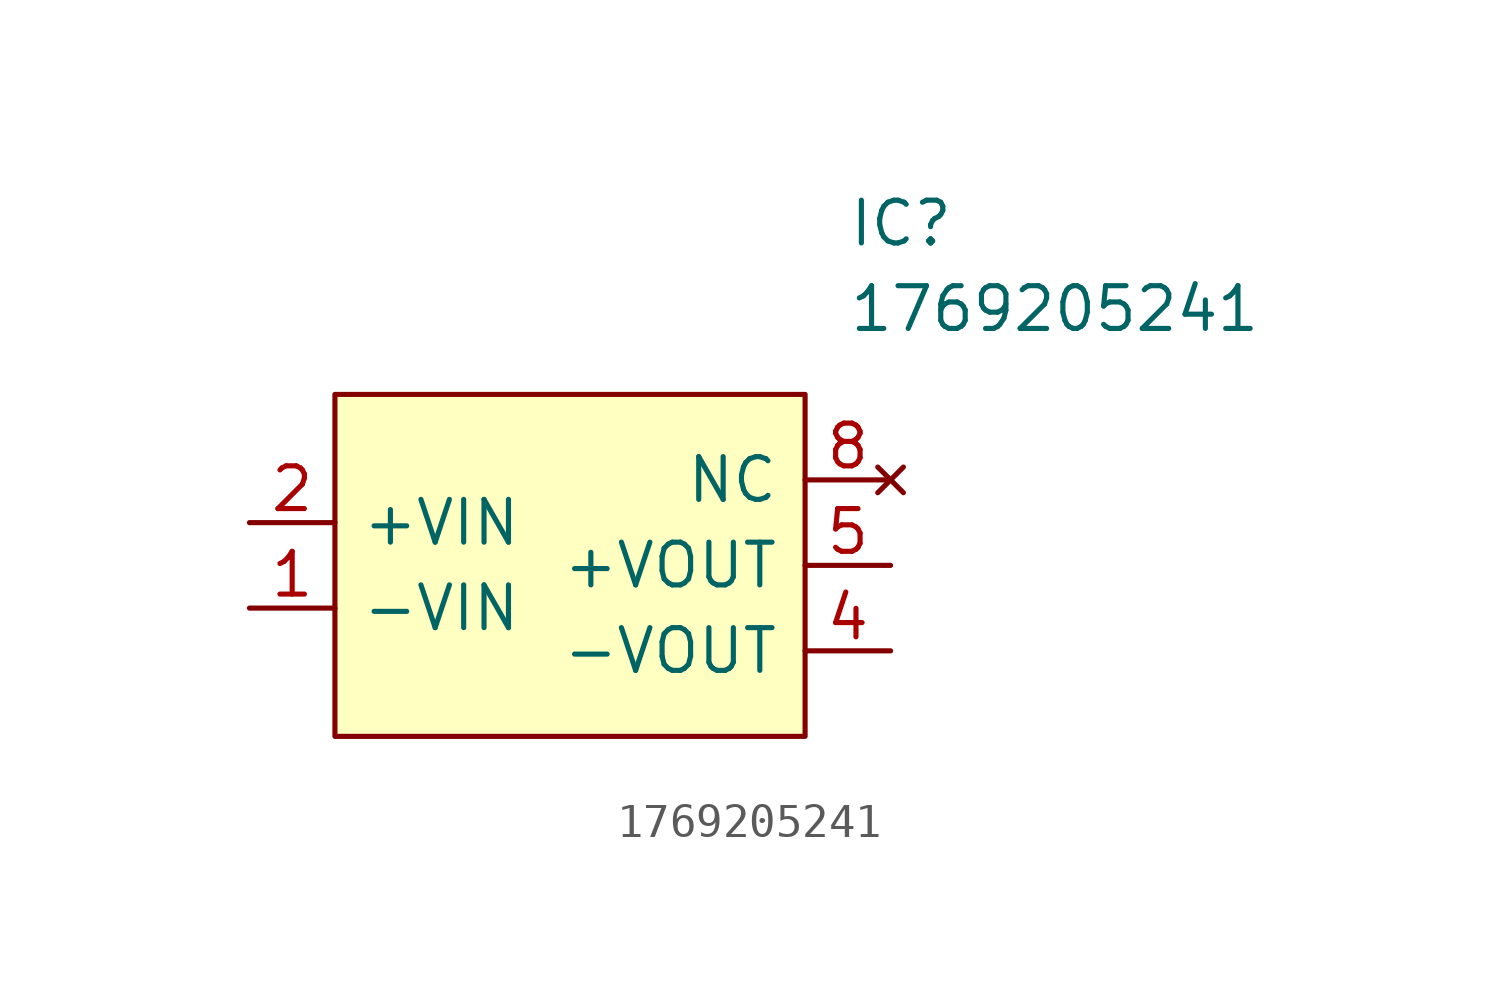
<source format=kicad_sym>
(kicad_symbol_lib
  (version 20241209)
  (generator "kicad_symbol_editor")
  (generator_version "9.0")
  (symbol "1769205241"
    (pin_names
      (offset 0.762))
    (property "Reference" "IC"
      (at 26.67 7.62 0)
      (effects (font (size 1.27 1.27)) (justify left)))
    (property "Value" "1769205241"
      (at 26.67 5.08 0)
      (effects (font (size 1.27 1.27)) (justify left)))
    (symbol "1769205241_0_0"
      (pin passive line (at 8.89 -1.27 0) (length 2.54) (name "+VIN" (effects (font (size 1.27 1.27)))) (number "2" (effects (font (size 1.27 1.27)))))
      (pin no_connect line (at 27.94 0 180) (length 2.54) (name "NC" (effects (font (size 1.27 1.27)))) (number "8" (effects (font (size 1.27 1.27)))))
      (pin passive line (at 27.94 -2.54 180) (length 2.54) (name "+VOUT" (effects (font (size 1.27 1.27)))) (number "5" (effects (font (size 1.27 1.27)))))
      (pin passive line (at 27.94 -5.08 180) (length 2.54) (name "-VOUT" (effects (font (size 1.27 1.27)))) (number "4" (effects (font (size 1.27 1.27))))))
    (symbol "1769205241_1_0"
      (pin passive line (at 8.89 -3.81 0) (length 2.54) (name "-VIN" (effects (font (size 1.27 1.27)))) (number "1" (effects (font (size 1.27 1.27))))))
    (symbol "1769205241_1_1"
      (polyline (pts (xy 11.43 2.54) (xy 25.4 2.54) (xy 25.4 -7.62) (xy 11.43 -7.62) (xy 11.43 2.54)) (stroke (width 0.152) (type solid)) (fill (type background))))))
</source>
